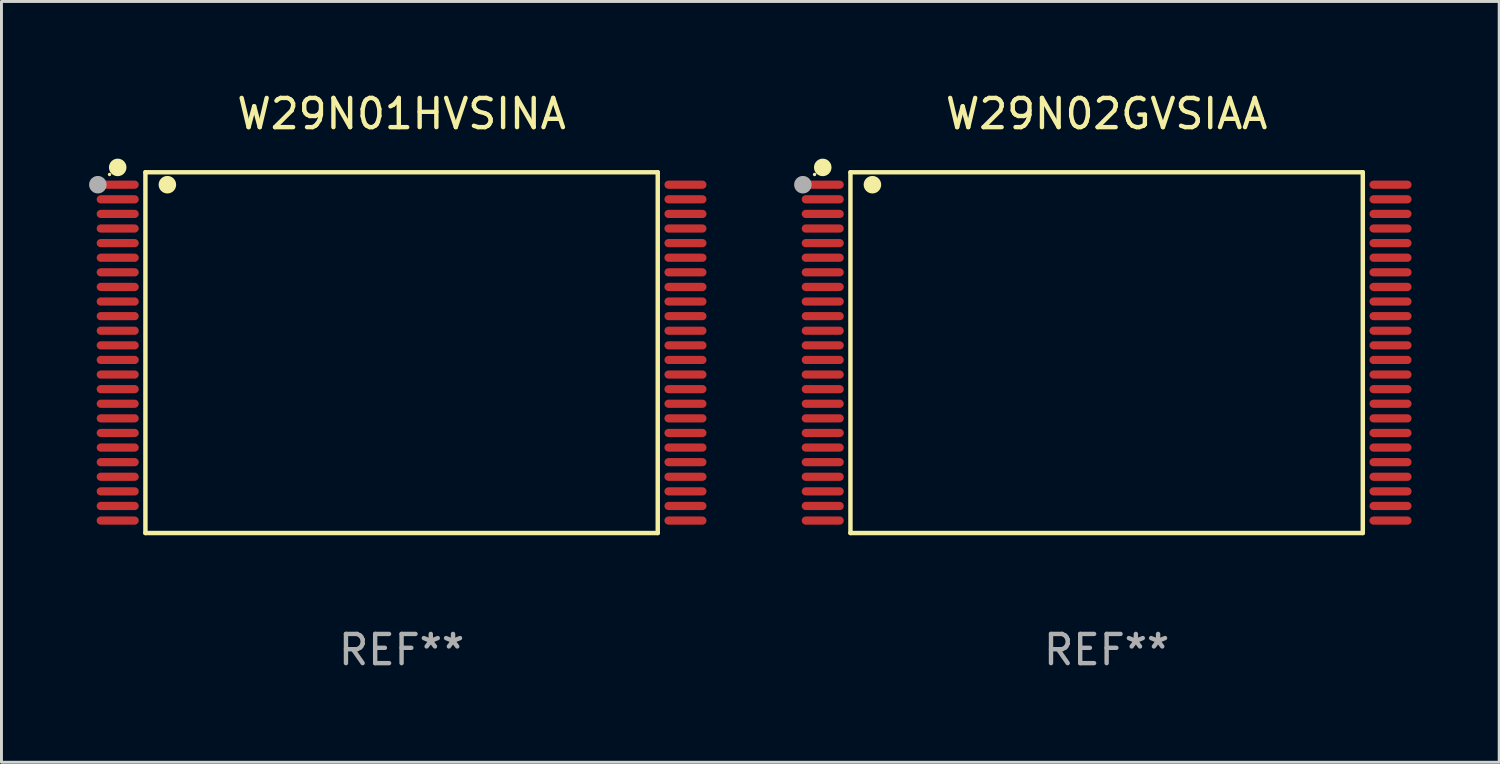
<source format=kicad_pcb>
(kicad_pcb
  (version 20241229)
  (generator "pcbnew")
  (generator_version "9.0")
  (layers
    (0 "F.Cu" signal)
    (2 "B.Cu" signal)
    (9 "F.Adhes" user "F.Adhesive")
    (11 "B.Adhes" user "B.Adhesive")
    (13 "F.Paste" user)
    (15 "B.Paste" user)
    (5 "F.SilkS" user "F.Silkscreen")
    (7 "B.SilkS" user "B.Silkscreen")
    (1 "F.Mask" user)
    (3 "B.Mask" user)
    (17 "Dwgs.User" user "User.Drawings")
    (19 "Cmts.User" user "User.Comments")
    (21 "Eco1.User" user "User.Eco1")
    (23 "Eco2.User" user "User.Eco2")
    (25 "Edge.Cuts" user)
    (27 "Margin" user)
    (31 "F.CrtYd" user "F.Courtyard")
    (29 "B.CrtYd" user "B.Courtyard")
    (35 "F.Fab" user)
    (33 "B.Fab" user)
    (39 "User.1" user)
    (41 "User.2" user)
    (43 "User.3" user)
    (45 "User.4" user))
  (footprint "W29N02GVSIAA"
    (layer "F.Cu")
    (at 34.84 9.024)
    (property "Reference" "W29N02GVSIAA" (at 0 -8.176 0) (layer "F.SilkS") (effects (font (size 1 1) (thickness 0.15))))
    (attr through_hole)
    (fp_line (start -8.771 -6.176) (end 8.771 -6.176) (stroke (width 0.152) (type solid)) (layer "F.SilkS"))
    (fp_line (start -8.771 6.176) (end -8.771 -6.176) (stroke (width 0.152) (type solid)) (layer "F.SilkS"))
    (fp_line (start 8.771 -6.176) (end 8.771 6.176) (stroke (width 0.152) (type solid)) (layer "F.SilkS"))
    (fp_line (start 8.771 6.176) (end -8.771 6.176) (stroke (width 0.152) (type solid)) (layer "F.SilkS"))
    (fp_circle (center -10 -6.1) (end -9.97 -6.1) (stroke (width 0.06) (type solid)) (fill no) (layer "F.SilkS"))
    (fp_circle (center -9.72 -6.342) (end -9.57 -6.342) (stroke (width 0.3) (type solid)) (fill no) (layer "F.SilkS"))
    (fp_circle (center -8.019 -5.75) (end -7.869 -5.75) (stroke (width 0.3) (type solid)) (fill no) (layer "F.SilkS"))
    (fp_circle (center -10.4 -5.75) (end -10.25 -5.75) (stroke (width 0.3) (type solid)) (fill no) (layer "F.Fab"))
    (fp_text user "REF**" (at 0 10.176 0) (layer "F.Fab") (effects (font (size 1 1) (thickness 0.15))))
    (pad "1" smd oval (at -9.72 -5.75 270) (size 0.28 1.44) (layers "F.Cu" "F.Mask" "F.Paste"))
    (pad "2" smd oval (at -9.72 -5.25 270) (size 0.28 1.44) (layers "F.Cu" "F.Mask" "F.Paste"))
    (pad "3" smd oval (at -9.72 -4.75 270) (size 0.28 1.44) (layers "F.Cu" "F.Mask" "F.Paste"))
    (pad "4" smd oval (at -9.72 -4.25 270) (size 0.28 1.44) (layers "F.Cu" "F.Mask" "F.Paste"))
    (pad "5" smd oval (at -9.72 -3.75 270) (size 0.28 1.44) (layers "F.Cu" "F.Mask" "F.Paste"))
    (pad "6" smd oval (at -9.72 -3.25 270) (size 0.28 1.44) (layers "F.Cu" "F.Mask" "F.Paste"))
    (pad "7" smd oval (at -9.72 -2.75 270) (size 0.28 1.44) (layers "F.Cu" "F.Mask" "F.Paste"))
    (pad "8" smd oval (at -9.72 -2.25 270) (size 0.28 1.44) (layers "F.Cu" "F.Mask" "F.Paste"))
    (pad "9" smd oval (at -9.72 -1.75 270) (size 0.28 1.44) (layers "F.Cu" "F.Mask" "F.Paste"))
    (pad "10" smd oval (at -9.72 -1.25 270) (size 0.28 1.44) (layers "F.Cu" "F.Mask" "F.Paste"))
    (pad "11" smd oval (at -9.72 -0.75 270) (size 0.28 1.44) (layers "F.Cu" "F.Mask" "F.Paste"))
    (pad "12" smd oval (at -9.72 -0.25 270) (size 0.28 1.44) (layers "F.Cu" "F.Mask" "F.Paste"))
    (pad "13" smd oval (at -9.72 0.25 270) (size 0.28 1.44) (layers "F.Cu" "F.Mask" "F.Paste"))
    (pad "14" smd oval (at -9.72 0.75 270) (size 0.28 1.44) (layers "F.Cu" "F.Mask" "F.Paste"))
    (pad "15" smd oval (at -9.72 1.25 270) (size 0.28 1.44) (layers "F.Cu" "F.Mask" "F.Paste"))
    (pad "16" smd oval (at -9.72 1.75 270) (size 0.28 1.44) (layers "F.Cu" "F.Mask" "F.Paste"))
    (pad "17" smd oval (at -9.72 2.25 270) (size 0.28 1.44) (layers "F.Cu" "F.Mask" "F.Paste"))
    (pad "18" smd oval (at -9.72 2.75 270) (size 0.28 1.44) (layers "F.Cu" "F.Mask" "F.Paste"))
    (pad "19" smd oval (at -9.72 3.25 270) (size 0.28 1.44) (layers "F.Cu" "F.Mask" "F.Paste"))
    (pad "20" smd oval (at -9.72 3.75 270) (size 0.28 1.44) (layers "F.Cu" "F.Mask" "F.Paste"))
    (pad "21" smd oval (at -9.72 4.25 270) (size 0.28 1.44) (layers "F.Cu" "F.Mask" "F.Paste"))
    (pad "22" smd oval (at -9.72 4.75 270) (size 0.28 1.44) (layers "F.Cu" "F.Mask" "F.Paste"))
    (pad "23" smd oval (at -9.72 5.25 270) (size 0.28 1.44) (layers "F.Cu" "F.Mask" "F.Paste"))
    (pad "24" smd oval (at -9.72 5.75 270) (size 0.28 1.44) (layers "F.Cu" "F.Mask" "F.Paste"))
    (pad "25" smd oval (at 9.72 5.75 270) (size 0.28 1.44) (layers "F.Cu" "F.Mask" "F.Paste"))
    (pad "26" smd oval (at 9.72 5.25 270) (size 0.28 1.44) (layers "F.Cu" "F.Mask" "F.Paste"))
    (pad "27" smd oval (at 9.72 4.75 270) (size 0.28 1.44) (layers "F.Cu" "F.Mask" "F.Paste"))
    (pad "28" smd oval (at 9.72 4.25 270) (size 0.28 1.44) (layers "F.Cu" "F.Mask" "F.Paste"))
    (pad "29" smd oval (at 9.72 3.75 270) (size 0.28 1.44) (layers "F.Cu" "F.Mask" "F.Paste"))
    (pad "30" smd oval (at 9.72 3.25 270) (size 0.28 1.44) (layers "F.Cu" "F.Mask" "F.Paste"))
    (pad "31" smd oval (at 9.72 2.75 270) (size 0.28 1.44) (layers "F.Cu" "F.Mask" "F.Paste"))
    (pad "32" smd oval (at 9.72 2.25 270) (size 0.28 1.44) (layers "F.Cu" "F.Mask" "F.Paste"))
    (pad "33" smd oval (at 9.72 1.75 270) (size 0.28 1.44) (layers "F.Cu" "F.Mask" "F.Paste"))
    (pad "34" smd oval (at 9.72 1.25 270) (size 0.28 1.44) (layers "F.Cu" "F.Mask" "F.Paste"))
    (pad "35" smd oval (at 9.72 0.75 270) (size 0.28 1.44) (layers "F.Cu" "F.Mask" "F.Paste"))
    (pad "36" smd oval (at 9.72 0.25 270) (size 0.28 1.44) (layers "F.Cu" "F.Mask" "F.Paste"))
    (pad "37" smd oval (at 9.72 -0.25 270) (size 0.28 1.44) (layers "F.Cu" "F.Mask" "F.Paste"))
    (pad "38" smd oval (at 9.72 -0.75 270) (size 0.28 1.44) (layers "F.Cu" "F.Mask" "F.Paste"))
    (pad "39" smd oval (at 9.72 -1.25 270) (size 0.28 1.44) (layers "F.Cu" "F.Mask" "F.Paste"))
    (pad "40" smd oval (at 9.72 -1.75 270) (size 0.28 1.44) (layers "F.Cu" "F.Mask" "F.Paste"))
    (pad "41" smd oval (at 9.72 -2.25 270) (size 0.28 1.44) (layers "F.Cu" "F.Mask" "F.Paste"))
    (pad "42" smd oval (at 9.72 -2.75 270) (size 0.28 1.44) (layers "F.Cu" "F.Mask" "F.Paste"))
    (pad "43" smd oval (at 9.72 -3.25 270) (size 0.28 1.44) (layers "F.Cu" "F.Mask" "F.Paste"))
    (pad "44" smd oval (at 9.72 -3.75 270) (size 0.28 1.44) (layers "F.Cu" "F.Mask" "F.Paste"))
    (pad "45" smd oval (at 9.72 -4.25 270) (size 0.28 1.44) (layers "F.Cu" "F.Mask" "F.Paste"))
    (pad "46" smd oval (at 9.72 -4.75 270) (size 0.28 1.44) (layers "F.Cu" "F.Mask" "F.Paste"))
    (pad "47" smd oval (at 9.72 -5.25 270) (size 0.28 1.44) (layers "F.Cu" "F.Mask" "F.Paste"))
    (pad "48" smd oval (at 9.72 -5.75 270) (size 0.28 1.44) (layers "F.Cu" "F.Mask" "F.Paste")))
  (footprint "W29N01HVSINA"
    (layer "F.Cu")
    (at 10.7 9.024)
    (property "Reference" "W29N01HVSINA" (at 0 -8.176 0) (layer "F.SilkS") (effects (font (size 1 1) (thickness 0.15))))
    (attr through_hole)
    (fp_line (start -8.771 -6.176) (end 8.771 -6.176) (stroke (width 0.152) (type solid)) (layer "F.SilkS"))
    (fp_line (start -8.771 6.176) (end -8.771 -6.176) (stroke (width 0.152) (type solid)) (layer "F.SilkS"))
    (fp_line (start 8.771 -6.176) (end 8.771 6.176) (stroke (width 0.152) (type solid)) (layer "F.SilkS"))
    (fp_line (start 8.771 6.176) (end -8.771 6.176) (stroke (width 0.152) (type solid)) (layer "F.SilkS"))
    (fp_circle (center -10 -6.1) (end -9.97 -6.1) (stroke (width 0.06) (type solid)) (fill no) (layer "F.SilkS"))
    (fp_circle (center -9.72 -6.342) (end -9.57 -6.342) (stroke (width 0.3) (type solid)) (fill no) (layer "F.SilkS"))
    (fp_circle (center -8.019 -5.75) (end -7.869 -5.75) (stroke (width 0.3) (type solid)) (fill no) (layer "F.SilkS"))
    (fp_circle (center -10.4 -5.75) (end -10.25 -5.75) (stroke (width 0.3) (type solid)) (fill no) (layer "F.Fab"))
    (fp_text user "REF**" (at 0 10.176 0) (layer "F.Fab") (effects (font (size 1 1) (thickness 0.15))))
    (pad "1" smd oval (at -9.72 -5.75 270) (size 0.28 1.44) (layers "F.Cu" "F.Mask" "F.Paste"))
    (pad "2" smd oval (at -9.72 -5.25 270) (size 0.28 1.44) (layers "F.Cu" "F.Mask" "F.Paste"))
    (pad "3" smd oval (at -9.72 -4.75 270) (size 0.28 1.44) (layers "F.Cu" "F.Mask" "F.Paste"))
    (pad "4" smd oval (at -9.72 -4.25 270) (size 0.28 1.44) (layers "F.Cu" "F.Mask" "F.Paste"))
    (pad "5" smd oval (at -9.72 -3.75 270) (size 0.28 1.44) (layers "F.Cu" "F.Mask" "F.Paste"))
    (pad "6" smd oval (at -9.72 -3.25 270) (size 0.28 1.44) (layers "F.Cu" "F.Mask" "F.Paste"))
    (pad "7" smd oval (at -9.72 -2.75 270) (size 0.28 1.44) (layers "F.Cu" "F.Mask" "F.Paste"))
    (pad "8" smd oval (at -9.72 -2.25 270) (size 0.28 1.44) (layers "F.Cu" "F.Mask" "F.Paste"))
    (pad "9" smd oval (at -9.72 -1.75 270) (size 0.28 1.44) (layers "F.Cu" "F.Mask" "F.Paste"))
    (pad "10" smd oval (at -9.72 -1.25 270) (size 0.28 1.44) (layers "F.Cu" "F.Mask" "F.Paste"))
    (pad "11" smd oval (at -9.72 -0.75 270) (size 0.28 1.44) (layers "F.Cu" "F.Mask" "F.Paste"))
    (pad "12" smd oval (at -9.72 -0.25 270) (size 0.28 1.44) (layers "F.Cu" "F.Mask" "F.Paste"))
    (pad "13" smd oval (at -9.72 0.25 270) (size 0.28 1.44) (layers "F.Cu" "F.Mask" "F.Paste"))
    (pad "14" smd oval (at -9.72 0.75 270) (size 0.28 1.44) (layers "F.Cu" "F.Mask" "F.Paste"))
    (pad "15" smd oval (at -9.72 1.25 270) (size 0.28 1.44) (layers "F.Cu" "F.Mask" "F.Paste"))
    (pad "16" smd oval (at -9.72 1.75 270) (size 0.28 1.44) (layers "F.Cu" "F.Mask" "F.Paste"))
    (pad "17" smd oval (at -9.72 2.25 270) (size 0.28 1.44) (layers "F.Cu" "F.Mask" "F.Paste"))
    (pad "18" smd oval (at -9.72 2.75 270) (size 0.28 1.44) (layers "F.Cu" "F.Mask" "F.Paste"))
    (pad "19" smd oval (at -9.72 3.25 270) (size 0.28 1.44) (layers "F.Cu" "F.Mask" "F.Paste"))
    (pad "20" smd oval (at -9.72 3.75 270) (size 0.28 1.44) (layers "F.Cu" "F.Mask" "F.Paste"))
    (pad "21" smd oval (at -9.72 4.25 270) (size 0.28 1.44) (layers "F.Cu" "F.Mask" "F.Paste"))
    (pad "22" smd oval (at -9.72 4.75 270) (size 0.28 1.44) (layers "F.Cu" "F.Mask" "F.Paste"))
    (pad "23" smd oval (at -9.72 5.25 270) (size 0.28 1.44) (layers "F.Cu" "F.Mask" "F.Paste"))
    (pad "24" smd oval (at -9.72 5.75 270) (size 0.28 1.44) (layers "F.Cu" "F.Mask" "F.Paste"))
    (pad "25" smd oval (at 9.72 5.75 270) (size 0.28 1.44) (layers "F.Cu" "F.Mask" "F.Paste"))
    (pad "26" smd oval (at 9.72 5.25 270) (size 0.28 1.44) (layers "F.Cu" "F.Mask" "F.Paste"))
    (pad "27" smd oval (at 9.72 4.75 270) (size 0.28 1.44) (layers "F.Cu" "F.Mask" "F.Paste"))
    (pad "28" smd oval (at 9.72 4.25 270) (size 0.28 1.44) (layers "F.Cu" "F.Mask" "F.Paste"))
    (pad "29" smd oval (at 9.72 3.75 270) (size 0.28 1.44) (layers "F.Cu" "F.Mask" "F.Paste"))
    (pad "30" smd oval (at 9.72 3.25 270) (size 0.28 1.44) (layers "F.Cu" "F.Mask" "F.Paste"))
    (pad "31" smd oval (at 9.72 2.75 270) (size 0.28 1.44) (layers "F.Cu" "F.Mask" "F.Paste"))
    (pad "32" smd oval (at 9.72 2.25 270) (size 0.28 1.44) (layers "F.Cu" "F.Mask" "F.Paste"))
    (pad "33" smd oval (at 9.72 1.75 270) (size 0.28 1.44) (layers "F.Cu" "F.Mask" "F.Paste"))
    (pad "34" smd oval (at 9.72 1.25 270) (size 0.28 1.44) (layers "F.Cu" "F.Mask" "F.Paste"))
    (pad "35" smd oval (at 9.72 0.75 270) (size 0.28 1.44) (layers "F.Cu" "F.Mask" "F.Paste"))
    (pad "36" smd oval (at 9.72 0.25 270) (size 0.28 1.44) (layers "F.Cu" "F.Mask" "F.Paste"))
    (pad "37" smd oval (at 9.72 -0.25 270) (size 0.28 1.44) (layers "F.Cu" "F.Mask" "F.Paste"))
    (pad "38" smd oval (at 9.72 -0.75 270) (size 0.28 1.44) (layers "F.Cu" "F.Mask" "F.Paste"))
    (pad "39" smd oval (at 9.72 -1.25 270) (size 0.28 1.44) (layers "F.Cu" "F.Mask" "F.Paste"))
    (pad "40" smd oval (at 9.72 -1.75 270) (size 0.28 1.44) (layers "F.Cu" "F.Mask" "F.Paste"))
    (pad "41" smd oval (at 9.72 -2.25 270) (size 0.28 1.44) (layers "F.Cu" "F.Mask" "F.Paste"))
    (pad "42" smd oval (at 9.72 -2.75 270) (size 0.28 1.44) (layers "F.Cu" "F.Mask" "F.Paste"))
    (pad "43" smd oval (at 9.72 -3.25 270) (size 0.28 1.44) (layers "F.Cu" "F.Mask" "F.Paste"))
    (pad "44" smd oval (at 9.72 -3.75 270) (size 0.28 1.44) (layers "F.Cu" "F.Mask" "F.Paste"))
    (pad "45" smd oval (at 9.72 -4.25 270) (size 0.28 1.44) (layers "F.Cu" "F.Mask" "F.Paste"))
    (pad "46" smd oval (at 9.72 -4.75 270) (size 0.28 1.44) (layers "F.Cu" "F.Mask" "F.Paste"))
    (pad "47" smd oval (at 9.72 -5.25 270) (size 0.28 1.44) (layers "F.Cu" "F.Mask" "F.Paste"))
    (pad "48" smd oval (at 9.72 -5.75 270) (size 0.28 1.44) (layers "F.Cu" "F.Mask" "F.Paste")))
  (gr_rect
    (start -3 -3)
    (end 48.281 23.049)
    (stroke (width 0.1) (type default))
    (fill no)
    (layer "Edge.Cuts")))
</source>
